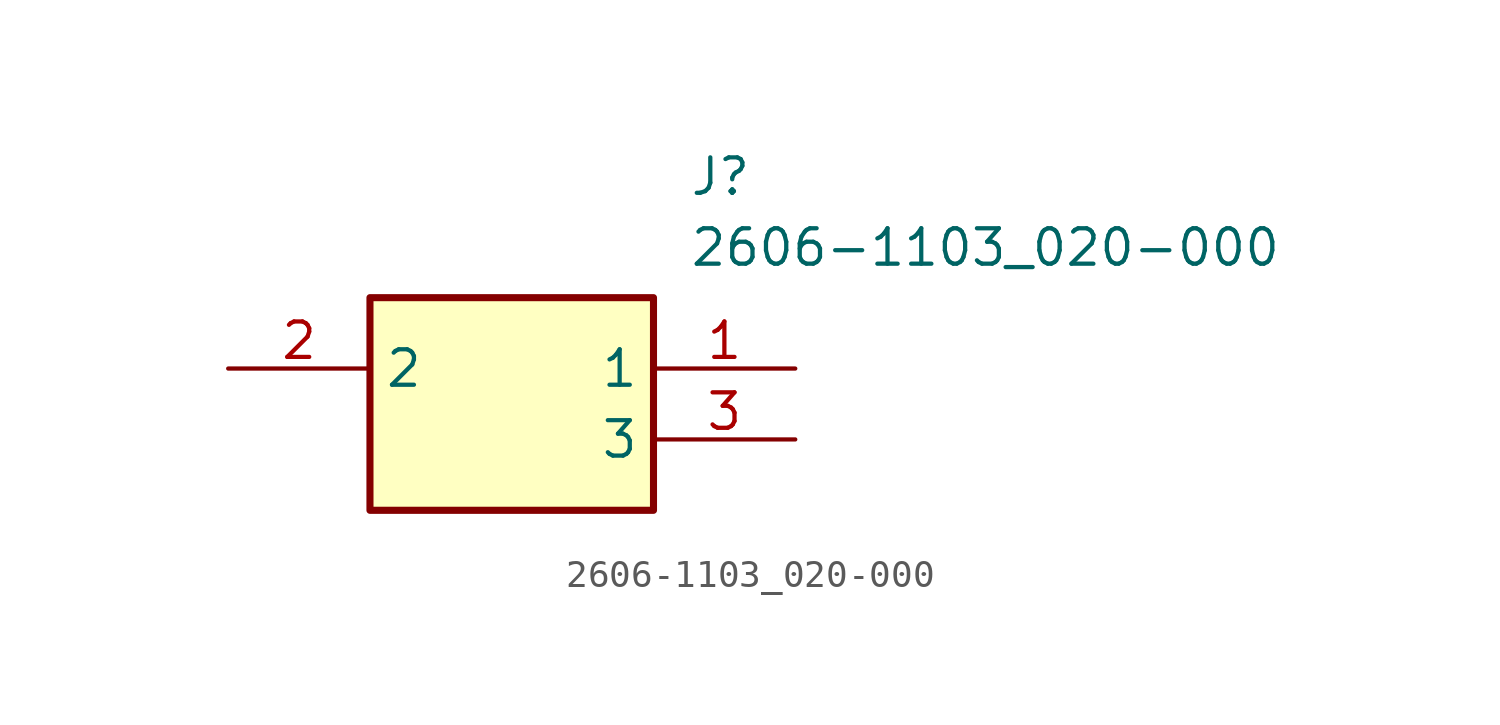
<source format=kicad_sym>
(kicad_symbol_lib
  (version 20211014)
  (generator SamacSys_ECAD_Model)
  (symbol "2606-1103_020-000"
    (property "Reference" "J"
      (at 16.51 7.62 0)
      (effects (font (size 1.27 1.27)) (justify left top)))
    (property "Value" "2606-1103_020-000"
      (at 16.51 5.08 0)
      (effects (font (size 1.27 1.27)) (justify left top)))
    (rectangle
      (start 5.08 2.54)
      (end 15.24 -5.08)
      (stroke (width 0.254) (type default))
      (fill (type background)))
    (pin passive line
      (at 20.32 0 180)
      (length 5.08)
      (name "1" (effects (font (size 1.27 1.27))))
      (number "1" (effects (font (size 1.27 1.27)))))
    (pin passive line
      (at 0 0 0)
      (length 5.08)
      (name "2" (effects (font (size 1.27 1.27))))
      (number "2" (effects (font (size 1.27 1.27)))))
    (pin passive line
      (at 20.32 -2.54 180)
      (length 5.08)
      (name "3" (effects (font (size 1.27 1.27))))
      (number "3" (effects (font (size 1.27 1.27)))))))
</source>
